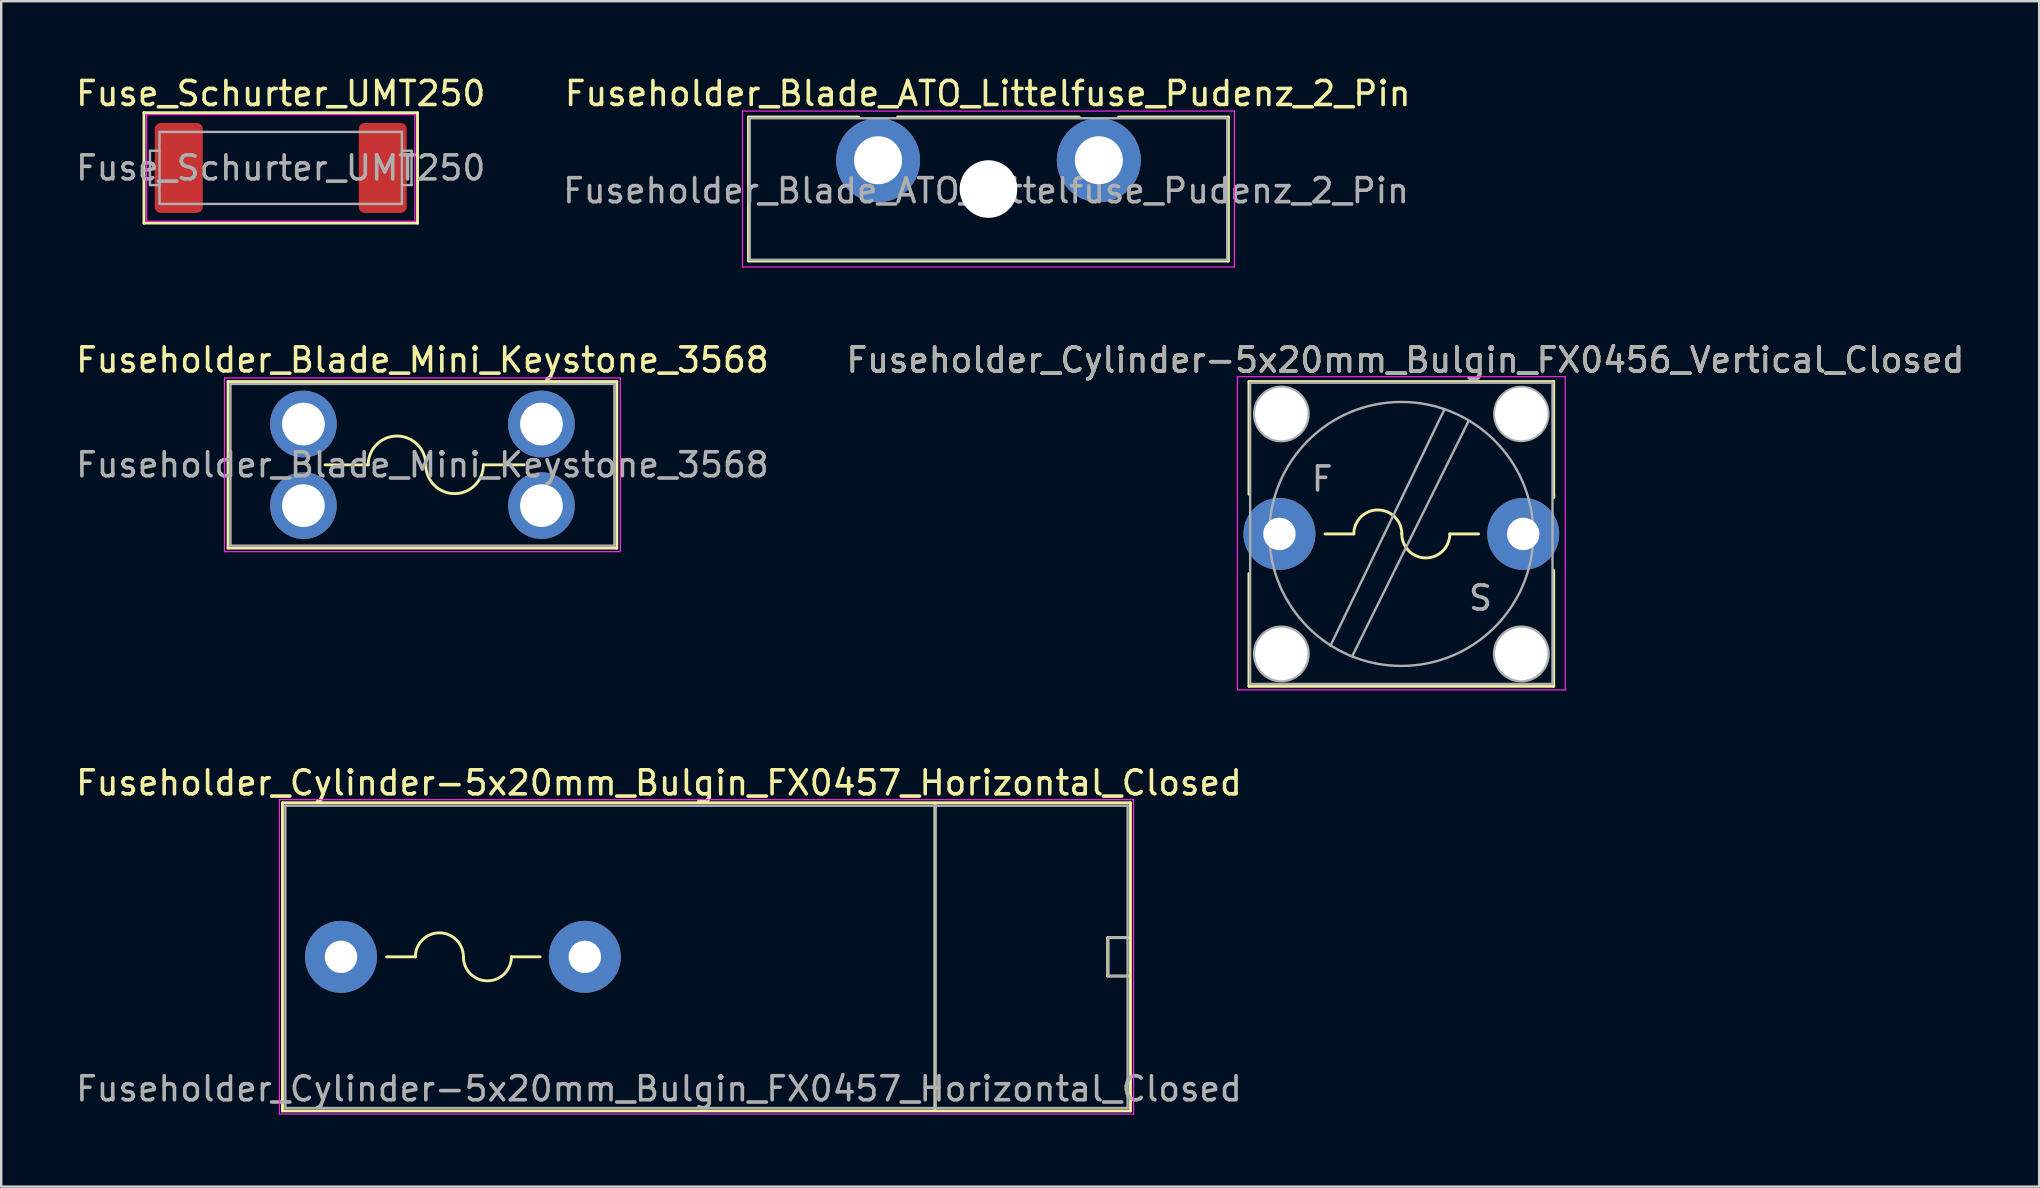
<source format=kicad_pcb>
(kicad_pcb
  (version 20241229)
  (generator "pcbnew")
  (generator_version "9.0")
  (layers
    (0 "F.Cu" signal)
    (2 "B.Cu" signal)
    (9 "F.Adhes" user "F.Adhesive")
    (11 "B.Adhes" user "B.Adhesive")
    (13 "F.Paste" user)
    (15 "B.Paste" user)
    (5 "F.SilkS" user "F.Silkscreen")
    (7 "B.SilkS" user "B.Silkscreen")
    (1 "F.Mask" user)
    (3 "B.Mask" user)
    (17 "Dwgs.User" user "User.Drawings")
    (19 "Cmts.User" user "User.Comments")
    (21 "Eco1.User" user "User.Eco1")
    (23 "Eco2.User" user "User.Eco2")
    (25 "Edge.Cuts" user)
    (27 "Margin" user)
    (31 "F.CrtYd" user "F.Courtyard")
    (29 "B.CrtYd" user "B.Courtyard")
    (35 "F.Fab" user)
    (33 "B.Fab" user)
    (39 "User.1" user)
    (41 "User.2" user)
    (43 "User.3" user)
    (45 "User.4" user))
  (footprint "Fuseholder_Blade_Mini_Keystone_3568"
    (layer "F.Cu")
    (at 9.594 14.621)
    (property "Reference" "Fuseholder_Blade_Mini_Keystone_3568" (at 4.96 -2.67 0) (layer "F.SilkS") (effects (font (size 1 1) (thickness 0.15))))
    (fp_line (start -3.14 -1.77) (end -3.14 5.17) (stroke (width 0.12) (type solid)) (layer "F.SilkS"))
    (fp_line (start -3.14 5.17) (end 13.06 5.17) (stroke (width 0.12) (type solid)) (layer "F.SilkS"))
    (fp_line (start 0.9 1.7) (end 2.7 1.7) (stroke (width 0.12) (type solid)) (layer "F.SilkS"))
    (fp_line (start 9.2 1.7) (end 7.5 1.7) (stroke (width 0.12) (type solid)) (layer "F.SilkS"))
    (fp_line (start 13.06 -1.77) (end -3.14 -1.77) (stroke (width 0.12) (type solid)) (layer "F.SilkS"))
    (fp_line (start 13.06 5.17) (end 13.06 -1.77) (stroke (width 0.12) (type solid)) (layer "F.SilkS"))
    (fp_arc (start 2.7 1.7) (mid 3.9 0.5) (end 5.1 1.7) (stroke (width 0.12) (type solid)) (layer "F.SilkS"))
    (fp_arc (start 7.5 1.7) (mid 6.3 2.9) (end 5.1 1.7) (stroke (width 0.12) (type solid)) (layer "F.SilkS"))
    (fp_line (start -3.29 -1.92) (end -3.29 5.32) (stroke (width 0.05) (type solid)) (layer "F.CrtYd"))
    (fp_line (start -3.29 5.32) (end 13.21 5.32) (stroke (width 0.05) (type solid)) (layer "F.CrtYd"))
    (fp_line (start 13.21 -1.92) (end -3.29 -1.92) (stroke (width 0.05) (type solid)) (layer "F.CrtYd"))
    (fp_line (start 13.21 5.32) (end 13.21 -1.92) (stroke (width 0.05) (type solid)) (layer "F.CrtYd"))
    (fp_line (start -3.04 -1.67) (end -3.04 5.07) (stroke (width 0.1) (type solid)) (layer "F.Fab"))
    (fp_line (start -3.04 5.07) (end 12.96 5.07) (stroke (width 0.1) (type solid)) (layer "F.Fab"))
    (fp_line (start 12.96 -1.67) (end -3.04 -1.67) (stroke (width 0.1) (type solid)) (layer "F.Fab"))
    (fp_line (start 12.96 5.07) (end 12.96 -1.67) (stroke (width 0.1) (type solid)) (layer "F.Fab"))
    (fp_text user "${REFERENCE}" (at 4.96 1.7 0) (layer "F.Fab") (effects (font (size 1 1) (thickness 0.15))))
    (pad "1" thru_hole circle (at 0 0) (size 2.78 2.78) (drill 1.78) (layers "*.Cu" "*.Mask"))
    (pad "1" thru_hole circle (at 0 3.4) (size 2.78 2.78) (drill 1.78) (layers "*.Cu" "*.Mask"))
    (pad "2" thru_hole circle (at 9.92 0) (size 2.78 2.78) (drill 1.78) (layers "*.Cu" "*.Mask"))
    (pad "2" thru_hole circle (at 9.92 3.4) (size 2.78 2.78) (drill 1.78) (layers "*.Cu" "*.Mask")))
  (footprint "Fuseholder_Blade_ATO_Littelfuse_Pudenz_2_Pin"
    (layer "F.Cu")
    (at 33.542 3.628)
    (property "Reference" "Fuseholder_Blade_ATO_Littelfuse_Pudenz_2_Pin" (at 4.57 -2.78 0) (layer "F.SilkS") (effects (font (size 1 1) (thickness 0.15))))
    (fp_line (start -5.4 -1.8) (end -0.81 -1.8) (stroke (width 0.12) (type solid)) (layer "F.SilkS"))
    (fp_line (start -5.4 4.2) (end -5.4 -1.8) (stroke (width 0.12) (type solid)) (layer "F.SilkS"))
    (fp_line (start 0.81 -1.8) (end 8.38 -1.8) (stroke (width 0.12) (type solid)) (layer "F.SilkS"))
    (fp_line (start 10.02 -1.8) (end 14.6 -1.8) (stroke (width 0.12) (type solid)) (layer "F.SilkS"))
    (fp_line (start 14.6 -1.8) (end 14.6 4.2) (stroke (width 0.12) (type solid)) (layer "F.SilkS"))
    (fp_line (start 14.6 4.2) (end -5.4 4.2) (stroke (width 0.12) (type solid)) (layer "F.SilkS"))
    (fp_line (start -5.65 -2.05) (end -5.65 4.45) (stroke (width 0.05) (type solid)) (layer "F.CrtYd"))
    (fp_line (start -5.65 -2.05) (end 14.85 -2.05) (stroke (width 0.05) (type solid)) (layer "F.CrtYd"))
    (fp_line (start 14.85 4.45) (end -5.65 4.45) (stroke (width 0.05) (type solid)) (layer "F.CrtYd"))
    (fp_line (start 14.85 4.45) (end 14.85 -2.05) (stroke (width 0.05) (type solid)) (layer "F.CrtYd"))
    (fp_line (start -5.35 -1.75) (end 14.55 -1.75) (stroke (width 0.1) (type solid)) (layer "F.Fab"))
    (fp_line (start -5.35 4.15) (end -5.35 -1.75) (stroke (width 0.1) (type solid)) (layer "F.Fab"))
    (fp_line (start 14.55 -1.75) (end 14.55 4.15) (stroke (width 0.1) (type solid)) (layer "F.Fab"))
    (fp_line (start 14.55 4.15) (end -5.35 4.15) (stroke (width 0.1) (type solid)) (layer "F.Fab"))
    (fp_text user "${REFERENCE}" (at 4.5 1.27 0) (layer "F.Fab") (effects (font (size 1 1) (thickness 0.15))))
    (pad "" np_thru_hole circle (at 4.6 1.2) (size 2.4 2.4) (drill 2.4) (layers "*.Cu" "*.Mask"))
    (pad "1" thru_hole circle (at 0 0) (size 3.5 3.5) (drill 2) (layers "*.Cu" "*.Mask"))
    (pad "2" thru_hole circle (at 9.2 0) (size 3.5 3.5) (drill 2) (layers "*.Cu" "*.Mask")))
  (footprint "Fuse_Schurter_UMT250"
    (layer "F.Cu")
    (at 8.649 3.948)
    (property "Reference" "Fuse_Schurter_UMT250" (at 0 -3.1 0) (layer "F.SilkS") (effects (font (size 1 1) (thickness 0.15))))
    (attr smd)
    (fp_line (start -5.7 -2.3) (end -5.7 2.3) (stroke (width 0.12) (type solid)) (layer "F.SilkS"))
    (fp_line (start -5.7 2.3) (end 5.7 2.3) (stroke (width 0.12) (type solid)) (layer "F.SilkS"))
    (fp_line (start 5.7 -2.3) (end -5.7 -2.3) (stroke (width 0.12) (type solid)) (layer "F.SilkS"))
    (fp_line (start 5.7 2.3) (end 5.7 -2.3) (stroke (width 0.12) (type solid)) (layer "F.SilkS"))
    (fp_line (start -5.588 -2.223) (end 5.588 -2.223) (stroke (width 0.05) (type solid)) (layer "F.CrtYd"))
    (fp_line (start -5.588 2.223) (end -5.588 -2.223) (stroke (width 0.05) (type solid)) (layer "F.CrtYd"))
    (fp_line (start 5.588 -2.223) (end 5.588 2.223) (stroke (width 0.05) (type solid)) (layer "F.CrtYd"))
    (fp_line (start 5.588 2.223) (end -5.588 2.223) (stroke (width 0.05) (type solid)) (layer "F.CrtYd"))
    (fp_line (start -5.45 0.715) (end -5.45 -0.715) (stroke (width 0.1) (type solid)) (layer "F.Fab"))
    (fp_line (start -5.05 -1.5) (end 5.05 -1.5) (stroke (width 0.1) (type solid)) (layer "F.Fab"))
    (fp_line (start -5.05 -0.715) (end -5.45 -0.715) (stroke (width 0.1) (type solid)) (layer "F.Fab"))
    (fp_line (start -5.05 0.715) (end -5.45 0.715) (stroke (width 0.1) (type solid)) (layer "F.Fab"))
    (fp_line (start -5.05 1.5) (end -5.05 -1.5) (stroke (width 0.1) (type solid)) (layer "F.Fab"))
    (fp_line (start 5.05 -1.5) (end 5.05 1.5) (stroke (width 0.1) (type solid)) (layer "F.Fab"))
    (fp_line (start 5.05 -0.715) (end 5.45 -0.715) (stroke (width 0.1) (type solid)) (layer "F.Fab"))
    (fp_line (start 5.05 0.715) (end 5.45 0.715) (stroke (width 0.1) (type solid)) (layer "F.Fab"))
    (fp_line (start 5.05 1.5) (end -5.05 1.5) (stroke (width 0.1) (type solid)) (layer "F.Fab"))
    (fp_line (start 5.45 -0.715) (end 5.45 0.715) (stroke (width 0.1) (type solid)) (layer "F.Fab"))
    (fp_text user "${REFERENCE}" (at 0 0 0) (layer "F.Fab") (effects (font (size 1 1) (thickness 0.15))))
    (pad "1" smd roundrect (at -4.25 0) (size 2 3.75) (layers "F.Cu" "F.Mask" "F.Paste") (roundrect_rratio 0.125))
    (pad "2" smd roundrect (at 4.25 0) (size 2 3.75) (layers "F.Cu" "F.Mask" "F.Paste") (roundrect_rratio 0.125)))
  (footprint "Fuseholder_Cylinder-5x20mm_Bulgin_FX0457_Horizontal_Closed"
    (layer "F.Cu")
    (at 11.161 36.825)
    (property "Reference" "Fuseholder_Cylinder-5x20mm_Bulgin_FX0457_Horizontal_Closed" (at 13.25 -7.25 0) (layer "F.SilkS") (effects (font (size 1 1) (thickness 0.15))))
    (fp_line (start -2.44 -6.42) (end -2.44 6.42) (stroke (width 0.12) (type solid)) (layer "F.SilkS"))
    (fp_line (start -2.44 -6.42) (end 32.9 -6.42) (stroke (width 0.12) (type solid)) (layer "F.SilkS"))
    (fp_line (start 3.1 0) (end 1.9 0) (stroke (width 0.12) (type solid)) (layer "F.SilkS"))
    (fp_line (start 8.3 0) (end 7.1 0) (stroke (width 0.12) (type solid)) (layer "F.SilkS"))
    (fp_line (start 24.75 -6.4) (end 24.75 6.4) (stroke (width 0.12) (type solid)) (layer "F.SilkS"))
    (fp_line (start 31.95 -0.8) (end 31.95 0.8) (stroke (width 0.12) (type solid)) (layer "F.SilkS"))
    (fp_line (start 31.95 0.8) (end 32.85 0.8) (stroke (width 0.12) (type solid)) (layer "F.SilkS"))
    (fp_line (start 32.85 -0.8) (end 31.95 -0.8) (stroke (width 0.12) (type solid)) (layer "F.SilkS"))
    (fp_line (start 32.9 6.42) (end -2.44 6.42) (stroke (width 0.12) (type solid)) (layer "F.SilkS"))
    (fp_line (start 32.9 6.42) (end 32.9 -6.42) (stroke (width 0.12) (type solid)) (layer "F.SilkS"))
    (fp_arc (start 3.1 0) (mid 4.1 -1) (end 5.1 0) (stroke (width 0.12) (type solid)) (layer "F.SilkS"))
    (fp_arc (start 7.1 0) (mid 6.1 1) (end 5.1 0) (stroke (width 0.12) (type solid)) (layer "F.SilkS"))
    (fp_line (start -2.57 -6.55) (end -2.57 6.55) (stroke (width 0.05) (type solid)) (layer "F.CrtYd"))
    (fp_line (start -2.57 -6.55) (end 33.03 -6.55) (stroke (width 0.05) (type solid)) (layer "F.CrtYd"))
    (fp_line (start 33.03 6.55) (end -2.57 6.55) (stroke (width 0.05) (type solid)) (layer "F.CrtYd"))
    (fp_line (start 33.03 6.55) (end 33.03 -6.55) (stroke (width 0.05) (type solid)) (layer "F.CrtYd"))
    (fp_line (start -2.32 6.3) (end -2.32 -6.3) (stroke (width 0.1) (type solid)) (layer "F.Fab"))
    (fp_line (start -2.32 6.3) (end 32.78 6.3) (stroke (width 0.1) (type solid)) (layer "F.Fab"))
    (fp_line (start 24.78 6.3) (end 24.78 -6.3) (stroke (width 0.1) (type solid)) (layer "F.Fab"))
    (fp_line (start 31.98 -0.8) (end 31.98 0.8) (stroke (width 0.1) (type solid)) (layer "F.Fab"))
    (fp_line (start 31.98 0.8) (end 32.78 0.8) (stroke (width 0.1) (type solid)) (layer "F.Fab"))
    (fp_line (start 32.78 -6.3) (end -2.32 -6.3) (stroke (width 0.1) (type solid)) (layer "F.Fab"))
    (fp_line (start 32.78 -0.8) (end 31.98 -0.8) (stroke (width 0.1) (type solid)) (layer "F.Fab"))
    (fp_line (start 32.78 6.3) (end 32.78 -6.3) (stroke (width 0.1) (type solid)) (layer "F.Fab"))
    (fp_text user "${REFERENCE}" (at 13.25 5.5 0) (layer "F.Fab") (effects (font (size 1 1) (thickness 0.15))))
    (pad "1" thru_hole circle (at 0 0) (size 3 3) (drill 1.35) (layers "*.Cu" "*.Mask"))
    (pad "2" thru_hole circle (at 10.16 0) (size 3 3) (drill 1.35) (layers "*.Cu" "*.Mask")))
  (footprint "Fuseholder_Cylinder-5x20mm_Bulgin_FX0456_Vertical_Closed"
    (layer "F.Cu")
    (at 50.268 19.201)
    (property "Reference" "Fuseholder_Cylinder-5x20mm_Bulgin_FX0456_Vertical_Closed" (at 5.25 -7.25 0) (layer "F.SilkS") (effects (font (size 1 1) (thickness 0.15))))
    (fp_line (start -1.27 -6.35) (end -1.27 -1.65) (stroke (width 0.12) (type solid)) (layer "F.SilkS"))
    (fp_line (start -1.27 6.35) (end -1.27 1.65) (stroke (width 0.12) (type solid)) (layer "F.SilkS"))
    (fp_line (start -1.27 6.35) (end 11.43 6.35) (stroke (width 0.12) (type solid)) (layer "F.SilkS"))
    (fp_line (start 3.1 0) (end 1.9 0) (stroke (width 0.12) (type solid)) (layer "F.SilkS"))
    (fp_line (start 8.3 0) (end 7.1 0) (stroke (width 0.12) (type solid)) (layer "F.SilkS"))
    (fp_line (start 11.43 -6.35) (end -1.27 -6.35) (stroke (width 0.12) (type solid)) (layer "F.SilkS"))
    (fp_line (start 11.43 -6.35) (end 11.43 -1.52) (stroke (width 0.12) (type solid)) (layer "F.SilkS"))
    (fp_line (start 11.43 -1.52) (end 11.43 -1.65) (stroke (width 0.12) (type solid)) (layer "F.SilkS"))
    (fp_line (start 11.43 6.35) (end 11.43 1.52) (stroke (width 0.12) (type solid)) (layer "F.SilkS"))
    (fp_arc (start 3.1 0) (mid 4.1 -1) (end 5.1 0) (stroke (width 0.12) (type solid)) (layer "F.SilkS"))
    (fp_arc (start 7.1 0) (mid 6.1 1) (end 5.1 0) (stroke (width 0.12) (type solid)) (layer "F.SilkS"))
    (fp_line (start -1.75 -6.55) (end -1.75 6.5) (stroke (width 0.05) (type solid)) (layer "F.CrtYd"))
    (fp_line (start -1.75 -6.55) (end 11.91 -6.55) (stroke (width 0.05) (type solid)) (layer "F.CrtYd"))
    (fp_line (start 11.91 6.5) (end -1.75 6.5) (stroke (width 0.05) (type solid)) (layer "F.CrtYd"))
    (fp_line (start 11.91 6.5) (end 11.91 -6.55) (stroke (width 0.05) (type solid)) (layer "F.CrtYd"))
    (fp_line (start -1.22 -6.3) (end -1.22 6.25) (stroke (width 0.1) (type solid)) (layer "F.Fab"))
    (fp_line (start -1.22 6.25) (end 11.38 6.25) (stroke (width 0.1) (type solid)) (layer "F.Fab"))
    (fp_line (start 3.03 5.1) (end 7.88 -4.7) (stroke (width 0.1) (type solid)) (layer "F.Fab"))
    (fp_line (start 6.88 -5.2) (end 2.13 4.65) (stroke (width 0.1) (type solid)) (layer "F.Fab"))
    (fp_line (start 11.38 -6.3) (end -1.22 -6.3) (stroke (width 0.1) (type solid)) (layer "F.Fab"))
    (fp_line (start 11.38 6.25) (end 11.38 -6.3) (stroke (width 0.1) (type solid)) (layer "F.Fab"))
    (fp_circle (center 0.08 -5) (end 0.48 -3.94) (stroke (width 0.1) (type solid)) (fill no) (layer "F.Fab"))
    (fp_circle (center 0.08 5) (end 0.58 6.02) (stroke (width 0.1) (type solid)) (fill no) (layer "F.Fab"))
    (fp_circle (center 5.08 0) (end 5.13 5.5) (stroke (width 0.1) (type solid)) (fill no) (layer "F.Fab"))
    (fp_circle (center 10.08 -5) (end 10.46 -3.94) (stroke (width 0.1) (type solid)) (fill no) (layer "F.Fab"))
    (fp_circle (center 10.08 5) (end 10.64 5.99) (stroke (width 0.1) (type solid)) (fill no) (layer "F.Fab"))
    (fp_text user "S" (at 8.38 2.67 0) (layer "F.Fab") (effects (font (size 1 1) (thickness 0.15))))
    (fp_text user "F" (at 1.78 -2.29 0) (layer "F.Fab") (effects (font (size 1 1) (thickness 0.15))))
    (fp_text user "${REFERENCE}" (at 5.25 -7.25 0) (layer "F.Fab") (effects (font (size 1 1) (thickness 0.15))))
    (pad "" np_thru_hole circle (at 0.08 -5) (size 2.2 2.2) (drill 2.2) (layers "*.Cu" "*.Mask"))
    (pad "" np_thru_hole circle (at 0.08 5) (size 2.2 2.2) (drill 2.2) (layers "*.Cu" "*.Mask"))
    (pad "" np_thru_hole circle (at 10.08 -5) (size 2.2 2.2) (drill 2.2) (layers "*.Cu" "*.Mask"))
    (pad "" np_thru_hole circle (at 10.08 5) (size 2.2 2.2) (drill 2.2) (layers "*.Cu" "*.Mask"))
    (pad "1" thru_hole circle (at 0 0) (size 3 3) (drill 1.35) (layers "*.Cu" "*.Mask"))
    (pad "2" thru_hole circle (at 10.16 0) (size 3 3) (drill 1.35) (layers "*.Cu" "*.Mask")))
  (gr_rect
    (start -3 -3)
    (end 81.929 46.4)
    (stroke (width 0.1) (type default))
    (fill no)
    (layer "Edge.Cuts")))
</source>
